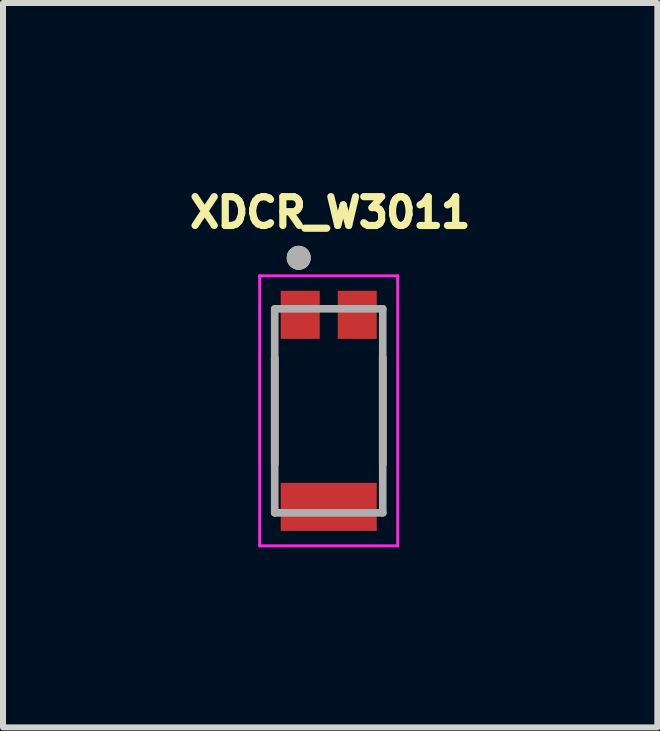
<source format=kicad_pcb>
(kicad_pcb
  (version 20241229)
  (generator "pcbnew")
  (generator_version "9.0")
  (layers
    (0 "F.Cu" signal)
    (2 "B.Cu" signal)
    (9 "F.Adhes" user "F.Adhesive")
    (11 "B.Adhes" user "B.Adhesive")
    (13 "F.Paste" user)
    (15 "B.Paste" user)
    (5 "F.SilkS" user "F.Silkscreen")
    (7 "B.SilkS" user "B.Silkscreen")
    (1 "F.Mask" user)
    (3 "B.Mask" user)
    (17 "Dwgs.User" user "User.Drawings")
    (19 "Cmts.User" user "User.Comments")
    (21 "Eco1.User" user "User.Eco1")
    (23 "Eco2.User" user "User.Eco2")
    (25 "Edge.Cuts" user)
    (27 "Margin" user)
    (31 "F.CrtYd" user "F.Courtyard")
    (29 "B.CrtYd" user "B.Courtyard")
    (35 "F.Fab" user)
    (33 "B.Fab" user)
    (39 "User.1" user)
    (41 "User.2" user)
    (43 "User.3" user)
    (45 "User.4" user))
  (footprint "XDCR_W3011"
    (layer "F.Cu")
    (at 2.428 3.796)
    (property "Reference" "XDCR_W3011" (at 0.024 -3.305 0) (layer "F.SilkS") (effects (font (size 0.48 0.48) (thickness 0.15))))
    (attr through_hole)
    (fp_poly (pts (xy -0.85 -2) (xy -0.1 -2) (xy -0.1 -1.15) (xy -0.85 -1.15)) (stroke (width 0.01) (type solid)) (fill yes) (layer "F.Mask"))
    (fp_poly (pts (xy -0.85 1.15) (xy 0.85 1.15) (xy 0.85 2) (xy -0.85 2)) (stroke (width 0.01) (type solid)) (fill yes) (layer "F.Mask"))
    (fp_poly (pts (xy 0.1 -2) (xy 0.85 -2) (xy 0.85 -1.15) (xy 0.1 -1.15)) (stroke (width 0.01) (type solid)) (fill yes) (layer "F.Mask"))
    (fp_line (start -0.9 -0.886) (end -0.9 0.886) (stroke (width 0.127) (type solid)) (layer "F.SilkS"))
    (fp_line (start 0.9 -0.886) (end 0.9 0.886) (stroke (width 0.127) (type solid)) (layer "F.SilkS"))
    (fp_circle (center -0.5 -2.55) (end -0.4 -2.55) (stroke (width 0.2) (type solid)) (fill no) (layer "F.SilkS"))
    (fp_poly (pts (xy -0.75 -1.95) (xy -0.2 -1.95) (xy -0.2 -1.25) (xy -0.75 -1.25)) (stroke (width 0.01) (type solid)) (fill yes) (layer "F.Paste"))
    (fp_poly (pts (xy -0.75 1.25) (xy 0.75 1.25) (xy 0.75 1.95) (xy -0.75 1.95)) (stroke (width 0.01) (type solid)) (fill yes) (layer "F.Paste"))
    (fp_poly (pts (xy 0.2 -1.95) (xy 0.75 -1.95) (xy 0.75 -1.25) (xy 0.2 -1.25)) (stroke (width 0.01) (type solid)) (fill yes) (layer "F.Paste"))
    (fp_line (start -1.15 -2.25) (end 1.15 -2.25) (stroke (width 0.05) (type solid)) (layer "F.CrtYd"))
    (fp_line (start -1.15 2.25) (end -1.15 -2.25) (stroke (width 0.05) (type solid)) (layer "F.CrtYd"))
    (fp_line (start 1.15 -2.25) (end 1.15 2.25) (stroke (width 0.05) (type solid)) (layer "F.CrtYd"))
    (fp_line (start 1.15 2.25) (end -1.15 2.25) (stroke (width 0.05) (type solid)) (layer "F.CrtYd"))
    (fp_line (start -0.9 -1.7) (end -0.9 1.7) (stroke (width 0.127) (type solid)) (layer "F.Fab"))
    (fp_line (start -0.9 1.7) (end 0.9 1.7) (stroke (width 0.127) (type solid)) (layer "F.Fab"))
    (fp_line (start 0.9 -1.7) (end -0.9 -1.7) (stroke (width 0.127) (type solid)) (layer "F.Fab"))
    (fp_line (start 0.9 1.7) (end 0.9 -1.7) (stroke (width 0.127) (type solid)) (layer "F.Fab"))
    (fp_circle (center -0.5 -2.55) (end -0.4 -2.55) (stroke (width 0.2) (type solid)) (fill no) (layer "F.Fab"))
    (pad "1" smd rect (at -0.475 -1.6 90) (size 0.8 0.65) (layers "F.Cu"))
    (pad "2" smd rect (at 0.475 -1.6 90) (size 0.8 0.65) (layers "F.Cu"))
    (pad "3" smd rect (at 0 1.6 90) (size 0.8 1.6) (layers "F.Cu")))
  (gr_rect
    (start -3 -3)
    (end 7.904 9.071)
    (stroke (width 0.1) (type default))
    (fill no)
    (layer "Edge.Cuts")))
</source>
